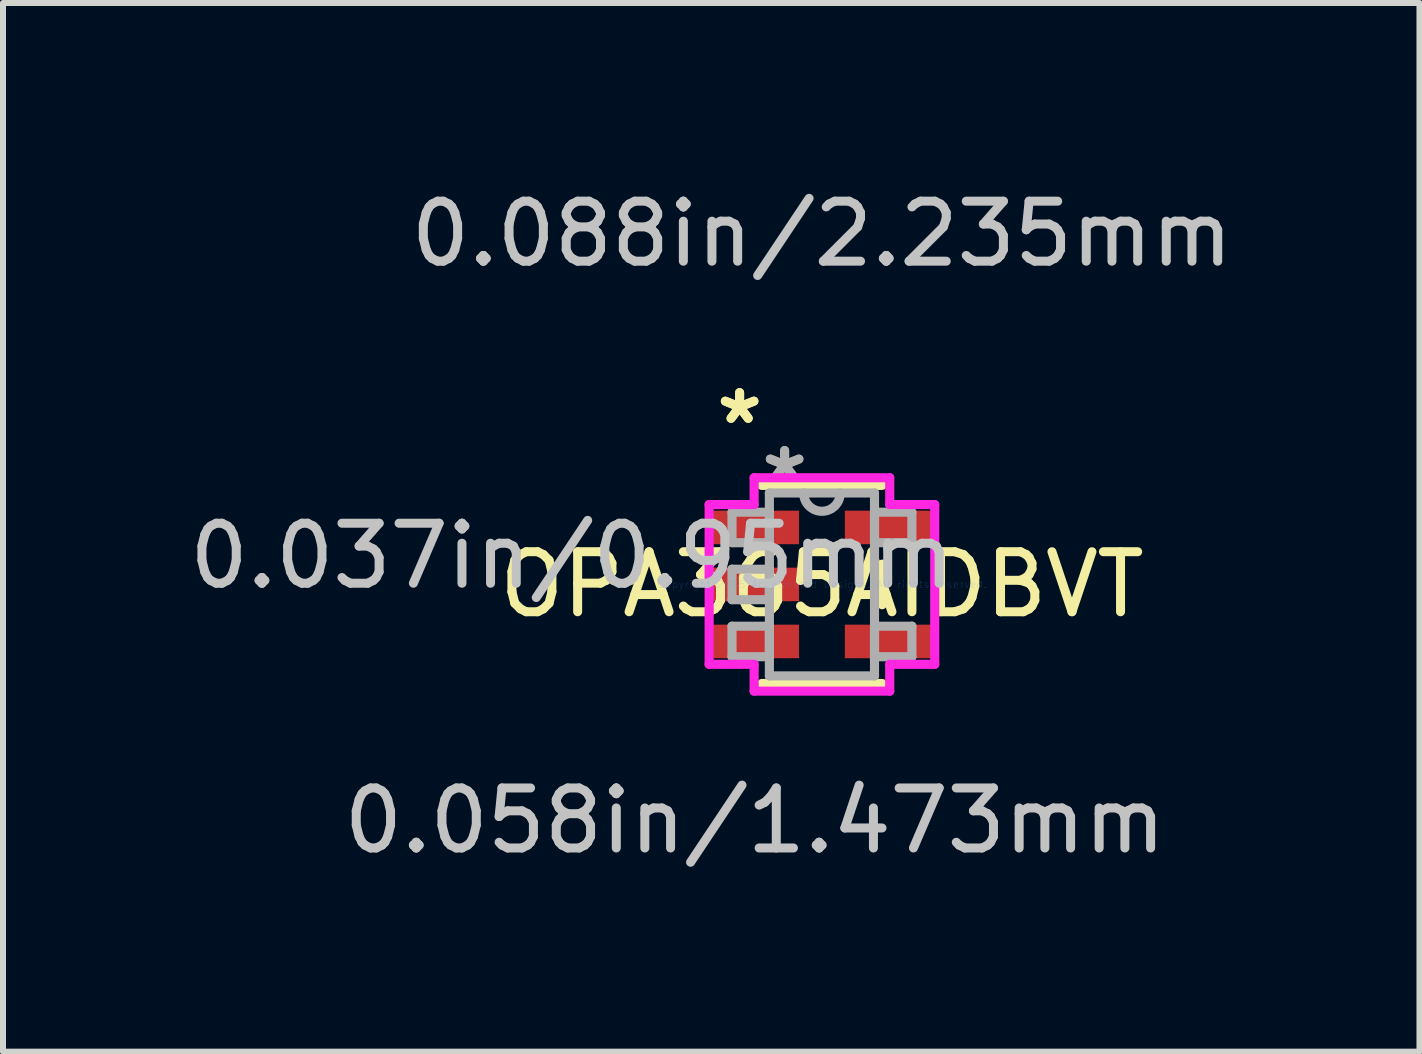
<source format=kicad_pcb>
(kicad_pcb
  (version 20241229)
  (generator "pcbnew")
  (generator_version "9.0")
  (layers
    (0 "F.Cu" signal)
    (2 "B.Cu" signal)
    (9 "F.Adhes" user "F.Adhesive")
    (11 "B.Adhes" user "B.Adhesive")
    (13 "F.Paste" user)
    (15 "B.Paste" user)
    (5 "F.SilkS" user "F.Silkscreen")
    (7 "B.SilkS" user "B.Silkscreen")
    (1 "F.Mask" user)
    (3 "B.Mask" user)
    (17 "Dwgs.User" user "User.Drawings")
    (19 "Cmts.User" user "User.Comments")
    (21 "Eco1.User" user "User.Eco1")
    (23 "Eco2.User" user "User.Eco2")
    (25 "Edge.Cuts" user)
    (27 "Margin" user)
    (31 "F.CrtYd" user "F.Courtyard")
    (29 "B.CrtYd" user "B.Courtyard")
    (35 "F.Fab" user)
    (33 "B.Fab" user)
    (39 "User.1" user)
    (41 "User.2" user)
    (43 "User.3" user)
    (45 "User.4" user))
  (footprint "OPA365AIDBVT"
    (layer "F.Cu")
    (at 10.648 6.69)
    (property "Reference" "OPA365AIDBVT" (at 0 0 0) (layer "F.SilkS") (effects (font (size 1 1) (thickness 0.15))))
    (attr through_hole)
    (fp_line (start -1.003 1.651) (end 1.003 1.651) (stroke (width 0.152) (type solid)) (layer "F.SilkS"))
    (fp_line (start 1.003 -1.651) (end -1.003 -1.651) (stroke (width 0.152) (type solid)) (layer "F.SilkS"))
    (fp_line (start 1.003 0.338) (end 1.003 -0.338) (stroke (width 0.152) (type solid)) (layer "F.SilkS"))
    (fp_line (start -1.88 -1.331) (end -1.13 -1.331) (stroke (width 0.152) (type solid)) (layer "F.CrtYd"))
    (fp_line (start -1.88 1.331) (end -1.88 -1.331) (stroke (width 0.152) (type solid)) (layer "F.CrtYd"))
    (fp_line (start -1.13 -1.778) (end 1.13 -1.778) (stroke (width 0.152) (type solid)) (layer "F.CrtYd"))
    (fp_line (start -1.13 -1.331) (end -1.13 -1.778) (stroke (width 0.152) (type solid)) (layer "F.CrtYd"))
    (fp_line (start -1.13 1.331) (end -1.88 1.331) (stroke (width 0.152) (type solid)) (layer "F.CrtYd"))
    (fp_line (start -1.13 1.778) (end -1.13 1.331) (stroke (width 0.152) (type solid)) (layer "F.CrtYd"))
    (fp_line (start 1.13 -1.778) (end 1.13 -1.331) (stroke (width 0.152) (type solid)) (layer "F.CrtYd"))
    (fp_line (start 1.13 -1.331) (end 1.88 -1.331) (stroke (width 0.152) (type solid)) (layer "F.CrtYd"))
    (fp_line (start 1.13 1.331) (end 1.13 1.778) (stroke (width 0.152) (type solid)) (layer "F.CrtYd"))
    (fp_line (start 1.13 1.778) (end -1.13 1.778) (stroke (width 0.152) (type solid)) (layer "F.CrtYd"))
    (fp_line (start 1.88 -1.331) (end 1.88 1.331) (stroke (width 0.152) (type solid)) (layer "F.CrtYd"))
    (fp_line (start 1.88 1.331) (end 1.13 1.331) (stroke (width 0.152) (type solid)) (layer "F.CrtYd"))
    (fp_line (start -1.499 -1.204) (end -1.499 -0.696) (stroke (width 0.152) (type solid)) (layer "F.Fab"))
    (fp_line (start -1.499 -0.696) (end -0.876 -0.696) (stroke (width 0.152) (type solid)) (layer "F.Fab"))
    (fp_line (start -1.499 -0.254) (end -1.499 0.254) (stroke (width 0.152) (type solid)) (layer "F.Fab"))
    (fp_line (start -1.499 0.254) (end -0.876 0.254) (stroke (width 0.152) (type solid)) (layer "F.Fab"))
    (fp_line (start -1.499 0.696) (end -1.499 1.204) (stroke (width 0.152) (type solid)) (layer "F.Fab"))
    (fp_line (start -1.499 1.204) (end -0.876 1.204) (stroke (width 0.152) (type solid)) (layer "F.Fab"))
    (fp_line (start -0.876 -1.524) (end -0.876 1.524) (stroke (width 0.152) (type solid)) (layer "F.Fab"))
    (fp_line (start -0.876 -1.204) (end -1.499 -1.204) (stroke (width 0.152) (type solid)) (layer "F.Fab"))
    (fp_line (start -0.876 -0.696) (end -0.876 -1.204) (stroke (width 0.152) (type solid)) (layer "F.Fab"))
    (fp_line (start -0.876 -0.254) (end -1.499 -0.254) (stroke (width 0.152) (type solid)) (layer "F.Fab"))
    (fp_line (start -0.876 0.254) (end -0.876 -0.254) (stroke (width 0.152) (type solid)) (layer "F.Fab"))
    (fp_line (start -0.876 0.696) (end -1.499 0.696) (stroke (width 0.152) (type solid)) (layer "F.Fab"))
    (fp_line (start -0.876 1.204) (end -0.876 0.696) (stroke (width 0.152) (type solid)) (layer "F.Fab"))
    (fp_line (start -0.876 1.524) (end 0.876 1.524) (stroke (width 0.152) (type solid)) (layer "F.Fab"))
    (fp_line (start 0.876 -1.524) (end -0.876 -1.524) (stroke (width 0.152) (type solid)) (layer "F.Fab"))
    (fp_line (start 0.876 -1.204) (end 0.876 -0.696) (stroke (width 0.152) (type solid)) (layer "F.Fab"))
    (fp_line (start 0.876 -0.696) (end 1.499 -0.696) (stroke (width 0.152) (type solid)) (layer "F.Fab"))
    (fp_line (start 0.876 0.696) (end 0.876 1.204) (stroke (width 0.152) (type solid)) (layer "F.Fab"))
    (fp_line (start 0.876 1.204) (end 1.499 1.204) (stroke (width 0.152) (type solid)) (layer "F.Fab"))
    (fp_line (start 0.876 1.524) (end 0.876 -1.524) (stroke (width 0.152) (type solid)) (layer "F.Fab"))
    (fp_line (start 1.499 -1.204) (end 0.876 -1.204) (stroke (width 0.152) (type solid)) (layer "F.Fab"))
    (fp_line (start 1.499 -0.696) (end 1.499 -1.204) (stroke (width 0.152) (type solid)) (layer "F.Fab"))
    (fp_line (start 1.499 0.696) (end 0.876 0.696) (stroke (width 0.152) (type solid)) (layer "F.Fab"))
    (fp_line (start 1.499 1.204) (end 1.499 0.696) (stroke (width 0.152) (type solid)) (layer "F.Fab"))
    (fp_arc (start 0.3048 -1.524) (mid 0 -1.2192) (end -0.3048 -1.524) (stroke (width 0.1524) (type solid)) (layer "F.Fab"))
    (fp_text user "*" (at -1.372 -2.652 0) (layer "F.SilkS") (effects (font (size 1 1) (thickness 0.15))))
    (fp_text user "*" (at -1.372 -2.652 0) (layer "F.SilkS") (effects (font (size 1 1) (thickness 0.15))))
    (fp_text user "0.058in/1.473mm" (at -1.118 3.937 0) (layer "Dwgs.User") (effects (font (size 1 1) (thickness 0.15))))
    (fp_text user "0.088in/2.235mm" (at 0 -5.842 0) (layer "Dwgs.User") (effects (font (size 1 1) (thickness 0.15))))
    (fp_text user "0.037in/0.95mm" (at -4.166 -0.475 0) (layer "Dwgs.User") (effects (font (size 1 1) (thickness 0.15))))
    (fp_text user "Copyright 2016 Accelerated Designs. All rights reserved." (at 0 0 0) (layer "Cmts.User") (effects (font (size 0.127 0.127) (thickness 0.002))))
    (fp_text user "*" (at -0.622 -1.687 0) (layer "F.Fab") (effects (font (size 1 1) (thickness 0.15))))
    (fp_text user "*" (at -0.622 -1.687 0) (layer "F.Fab") (effects (font (size 1 1) (thickness 0.15))))
    (pad "1" smd rect (at -1.118 -0.95) (size 1.473 0.559) (layers "F.Cu" "F.Mask" "F.Paste"))
    (pad "2" smd rect (at -1.118 0) (size 1.473 0.559) (layers "F.Cu" "F.Mask" "F.Paste"))
    (pad "3" smd rect (at -1.118 0.95) (size 1.473 0.559) (layers "F.Cu" "F.Mask" "F.Paste"))
    (pad "4" smd rect (at 1.118 0.95) (size 1.473 0.559) (layers "F.Cu" "F.Mask" "F.Paste"))
    (pad "5" smd rect (at 1.118 -0.95) (size 1.473 0.559) (layers "F.Cu" "F.Mask" "F.Paste")))
  (gr_rect
    (start -3 -3)
    (end 20.606 14.476)
    (stroke (width 0.1) (type default))
    (fill no)
    (layer "Edge.Cuts")))
</source>
